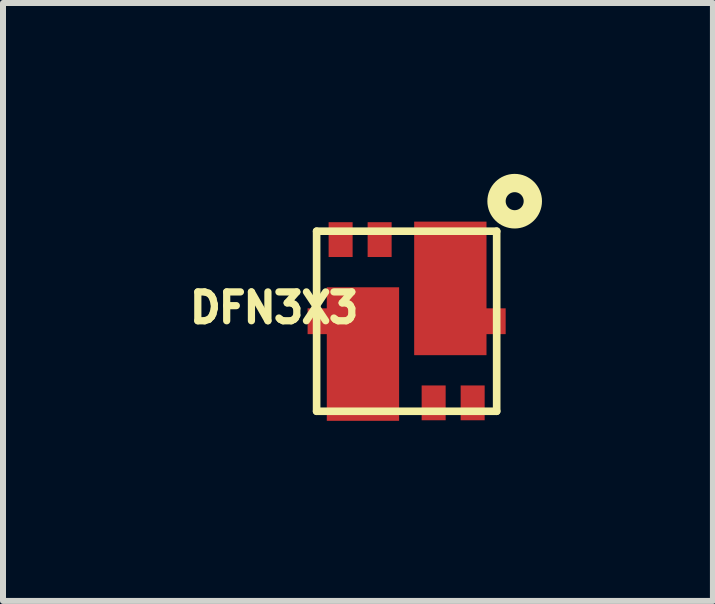
<source format=kicad_pcb>
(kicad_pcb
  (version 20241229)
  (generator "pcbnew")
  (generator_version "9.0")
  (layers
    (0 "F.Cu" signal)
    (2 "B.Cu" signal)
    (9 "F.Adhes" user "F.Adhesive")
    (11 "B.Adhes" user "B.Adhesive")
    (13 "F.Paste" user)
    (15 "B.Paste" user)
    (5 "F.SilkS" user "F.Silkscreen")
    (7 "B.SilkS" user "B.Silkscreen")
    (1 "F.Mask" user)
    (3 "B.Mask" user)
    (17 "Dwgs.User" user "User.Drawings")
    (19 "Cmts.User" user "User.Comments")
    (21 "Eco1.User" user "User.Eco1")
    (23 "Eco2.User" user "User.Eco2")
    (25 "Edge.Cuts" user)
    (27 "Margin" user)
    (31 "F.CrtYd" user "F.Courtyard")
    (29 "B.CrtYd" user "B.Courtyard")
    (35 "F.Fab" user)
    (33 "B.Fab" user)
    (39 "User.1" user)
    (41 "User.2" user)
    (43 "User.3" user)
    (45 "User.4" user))
  (footprint "DFN3X3"
    (layer "F.Cu")
    (at 3.725 2.302)
    (property "Reference" "DFN3X3" (at -2.208 -0.224 180) (layer "F.SilkS") (effects (font (size 0.481 0.481) (thickness 0.15))))
    (attr smd)
    (fp_line (start -1.5 -1.5) (end -1.5 1.5) (stroke (width 0.127) (type solid)) (layer "F.SilkS"))
    (fp_line (start -1.5 1.5) (end 1.5 1.5) (stroke (width 0.127) (type solid)) (layer "F.SilkS"))
    (fp_line (start 1.5 -1.5) (end -1.5 -1.5) (stroke (width 0.127) (type solid)) (layer "F.SilkS"))
    (fp_line (start 1.5 1.5) (end 1.5 -1.5) (stroke (width 0.127) (type solid)) (layer "F.SilkS"))
    (fp_circle (center 1.8 -2) (end 1.95 -2) (stroke (width 0.305) (type solid)) (fill no) (layer "F.SilkS"))
    (pad "D1" smd rect (at 0.728 -0.547 90) (size 2.225 1.205) (layers "F.Cu" "F.Mask" "F.Paste"))
    (pad "D1" smd rect (at 1.465 0) (size 0.37 0.43) (layers "F.Cu" "F.Mask" "F.Paste"))
    (pad "D2" smd rect (at -1.465 0) (size 0.37 0.43) (layers "F.Cu" "F.Mask" "F.Paste"))
    (pad "D2" smd rect (at -0.728 0.547 90) (size 2.225 1.205) (layers "F.Cu" "F.Mask" "F.Paste"))
    (pad "G1" smd rect (at 1.1 1.36) (size 0.4 0.58) (layers "F.Cu" "F.Mask" "F.Paste"))
    (pad "G2" smd rect (at -1.1 -1.36) (size 0.4 0.58) (layers "F.Cu" "F.Mask" "F.Paste"))
    (pad "S1" smd rect (at 0.45 1.36) (size 0.4 0.58) (layers "F.Cu" "F.Mask" "F.Paste"))
    (pad "S2" smd rect (at -0.45 -1.36) (size 0.4 0.58) (layers "F.Cu" "F.Mask" "F.Paste")))
  (gr_rect
    (start -3 -3)
    (end 8.828 6.962)
    (stroke (width 0.1) (type default))
    (fill no)
    (layer "Edge.Cuts")))
</source>
